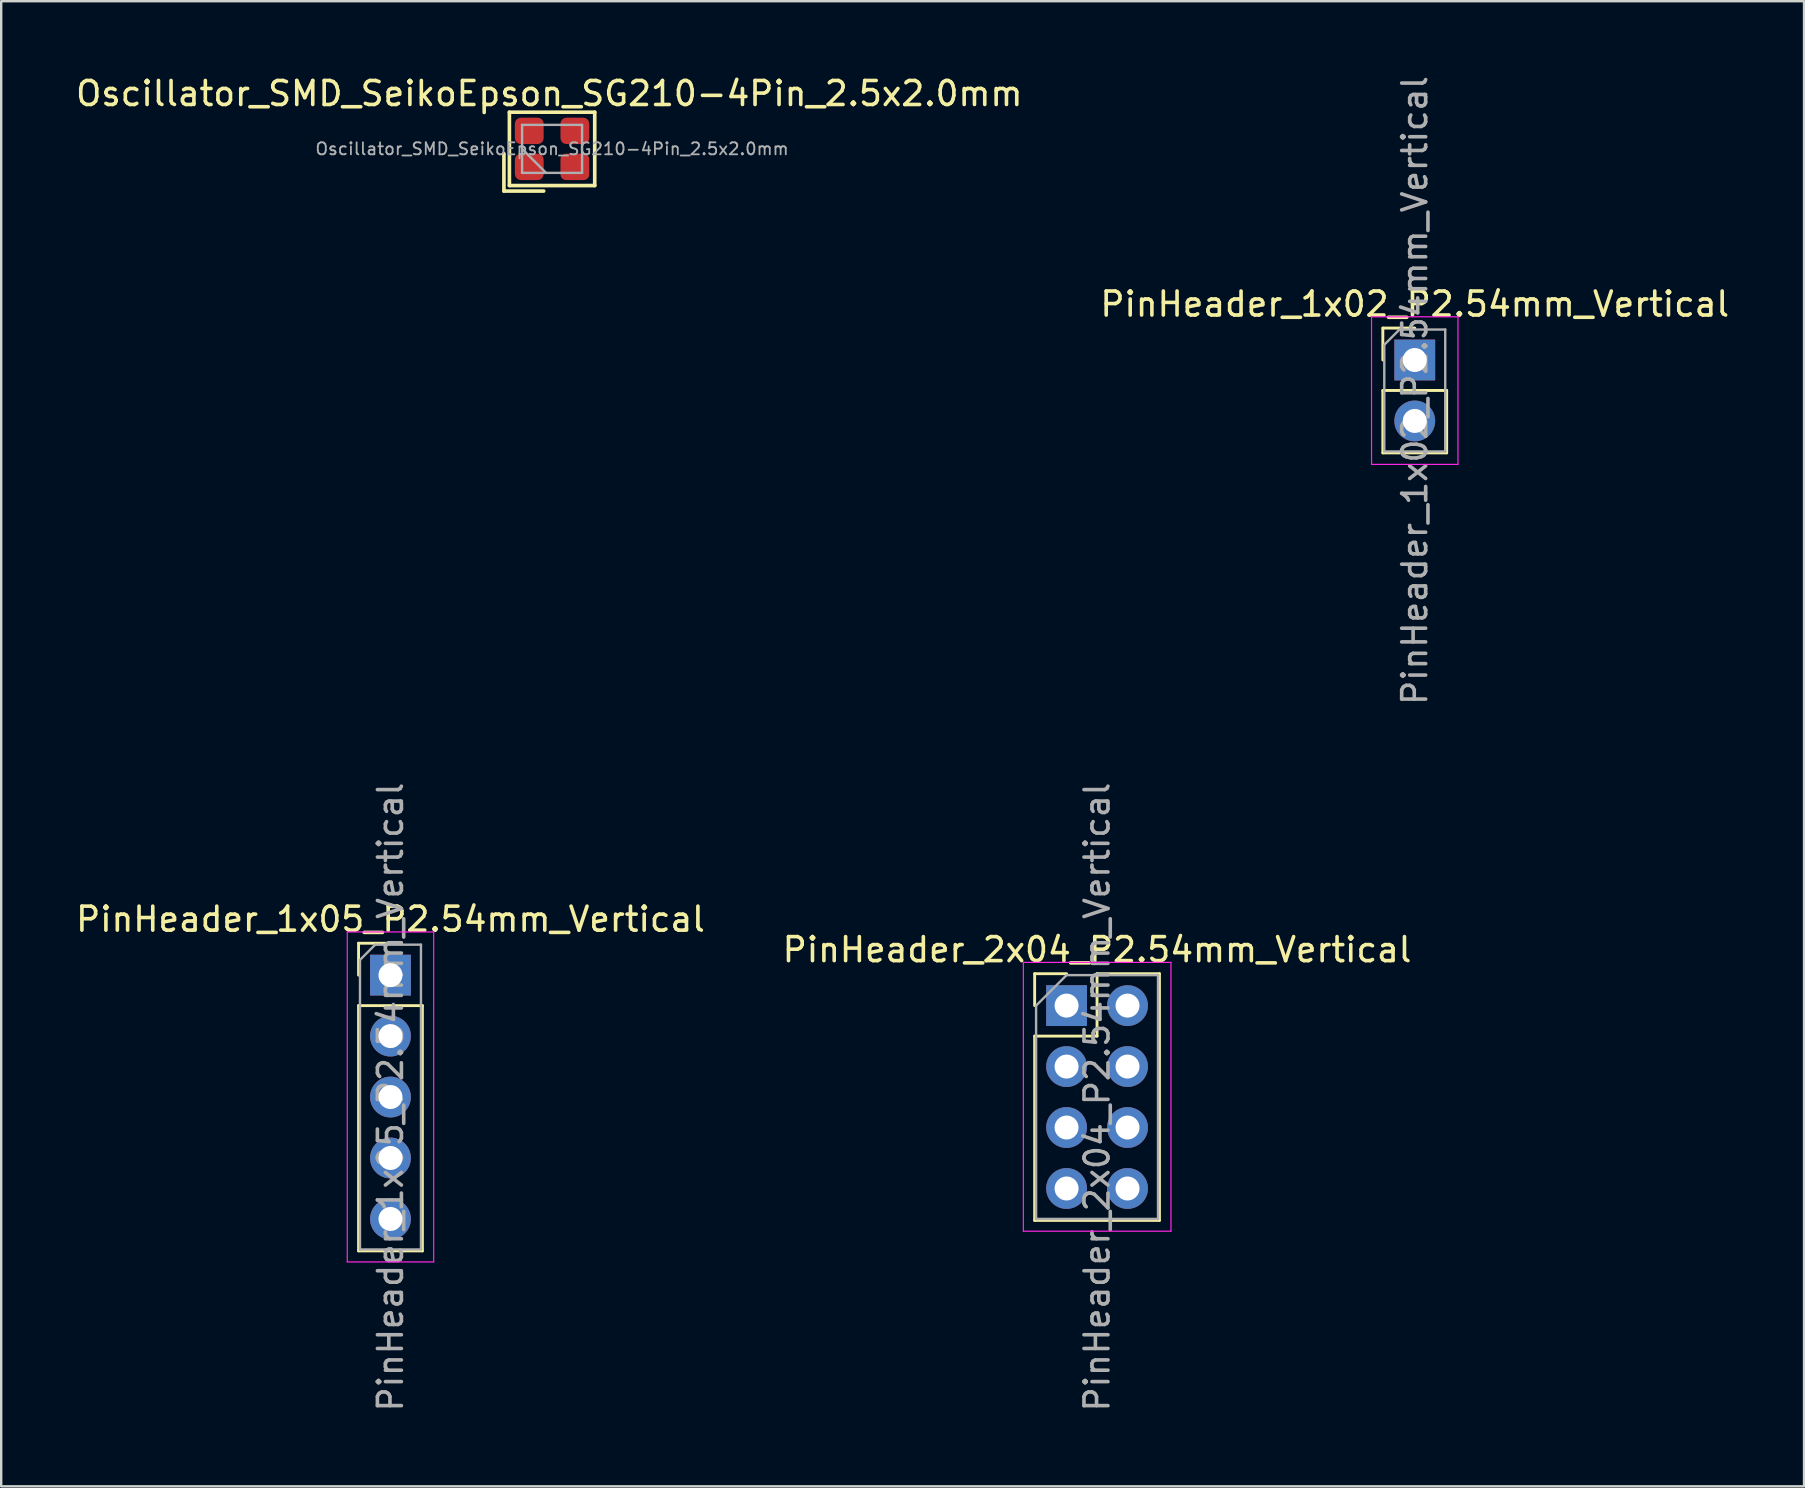
<source format=kicad_pcb>
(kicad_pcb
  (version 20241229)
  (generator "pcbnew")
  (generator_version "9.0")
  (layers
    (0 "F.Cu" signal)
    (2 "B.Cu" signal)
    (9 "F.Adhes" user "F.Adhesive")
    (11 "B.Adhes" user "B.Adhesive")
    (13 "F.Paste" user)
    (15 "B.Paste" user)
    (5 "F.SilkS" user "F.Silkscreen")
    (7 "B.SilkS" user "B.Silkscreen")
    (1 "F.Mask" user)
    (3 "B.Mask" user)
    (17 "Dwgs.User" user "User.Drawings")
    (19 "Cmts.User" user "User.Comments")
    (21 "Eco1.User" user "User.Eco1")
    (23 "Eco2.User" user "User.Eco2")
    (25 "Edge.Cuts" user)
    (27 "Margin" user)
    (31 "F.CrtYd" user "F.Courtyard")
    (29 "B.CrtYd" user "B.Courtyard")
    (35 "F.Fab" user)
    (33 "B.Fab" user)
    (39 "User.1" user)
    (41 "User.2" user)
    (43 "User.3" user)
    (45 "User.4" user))
  (footprint "Oscillator_SMD_SeikoEpson_SG210-4Pin_2.5x2.0mm"
    (layer "F.Cu")
    (at 19.953 3.153)
    (property "Reference" "Oscillator_SMD_SeikoEpson_SG210-4Pin_2.5x2.0mm" (at -0.114 -2.305 0) (layer "F.SilkS") (effects (font (size 1 1) (thickness 0.15))))
    (fp_line (start -2.006 0.201) (end -2.006 1.758) (stroke (width 0.152) (type default)) (layer "F.SilkS"))
    (fp_line (start -2.006 1.758) (end -0.35 1.758) (stroke (width 0.152) (type default)) (layer "F.SilkS"))
    (fp_line (start -1.778 -1.528) (end 1.778 -1.528) (stroke (width 0.152) (type default)) (layer "F.SilkS"))
    (fp_line (start -1.778 1.528) (end -1.778 -1.528) (stroke (width 0.152) (type default)) (layer "F.SilkS"))
    (fp_line (start 1.778 -1.528) (end 1.778 1.528) (stroke (width 0.152) (type default)) (layer "F.SilkS"))
    (fp_line (start 1.778 1.528) (end -1.778 1.528) (stroke (width 0.152) (type default)) (layer "F.SilkS"))
    (fp_line (start -1.25 -1) (end -1.25 1) (stroke (width 0.1) (type solid)) (layer "F.Fab"))
    (fp_line (start -1.25 1) (end 1.25 1) (stroke (width 0.1) (type solid)) (layer "F.Fab"))
    (fp_line (start -1.25 0) (end -0.25 1) (stroke (width 0.1) (type solid)) (layer "F.Fab"))
    (fp_line (start 1.25 -1) (end -1.25 -1) (stroke (width 0.1) (type solid)) (layer "F.Fab"))
    (fp_line (start 1.25 1) (end 1.25 -1) (stroke (width 0.1) (type solid)) (layer "F.Fab"))
    (fp_poly (pts (xy -1.25 -1) (xy -0.45 -1) (xy -0.45 -0.325) (xy -1.25 -0.325)) (stroke (width 0.1) (type default)) (fill no) (layer "User.1"))
    (fp_poly (pts (xy -0.45 1) (xy -1.25 1) (xy -1.25 0.325) (xy -0.45 0.325)) (stroke (width 0.1) (type default)) (fill no) (layer "User.1"))
    (fp_poly (pts (xy 1.25 -0.325) (xy 0.45 -0.325) (xy 0.45 -1) (xy 1.25 -1)) (stroke (width 0.1) (type default)) (fill no) (layer "User.1"))
    (fp_poly (pts (xy 1.25 1) (xy 0.45 1) (xy 0.45 0.325) (xy 1.25 0.325)) (stroke (width 0.1) (type default)) (fill no) (layer "User.1"))
    (fp_line (start -1.25 -1) (end 1.25 -1) (stroke (width 0.051) (type default)) (layer "User.2"))
    (fp_line (start -1.25 1) (end -1.25 -1) (stroke (width 0.051) (type default)) (layer "User.2"))
    (fp_line (start 1.25 -1) (end 1.25 1) (stroke (width 0.051) (type default)) (layer "User.2"))
    (fp_line (start 1.25 1) (end -1.25 1) (stroke (width 0.051) (type default)) (layer "User.2"))
    (fp_poly (pts (xy -1.19 1) (xy -1.208 0.958) (xy -1.25 0.94) (xy -1.292 0.958) (xy -1.31 1) (xy -1.292 1.042) (xy -1.25 1.06) (xy -1.208 1.042)) (stroke (width 0.1) (type default)) (fill no) (layer "User.3"))
    (fp_text user "${REFERENCE}" (at 0 0 0) (layer "F.Fab") (effects (font (size 0.5 0.5) (thickness 0.075))))
    (pad "1" smd roundrect (at -0.95 0.75) (size 1.2 1.1) (layers "F.Cu" "F.Mask" "F.Paste") (roundrect_rratio 0.227))
    (pad "2" smd roundrect (at 0.95 0.75) (size 1.2 1.1) (layers "F.Cu" "F.Mask" "F.Paste") (roundrect_rratio 0.208))
    (pad "3" smd roundrect (at 0.95 -0.75) (size 1.2 1.1) (layers "F.Cu" "F.Mask" "F.Paste") (roundrect_rratio 0.227))
    (pad "4" smd roundrect (at -0.95 -0.75) (size 1.2 1.1) (layers "F.Cu" "F.Mask" "F.Paste") (roundrect_rratio 0.227)))
  (footprint "PinHeader_1x02_P2.54mm_Vertical"
    (layer "F.Cu")
    (at 55.899 11.95)
    (property "Reference" "PinHeader_1x02_P2.54mm_Vertical" (at 0 -2.33 180) (layer "F.SilkS") (effects (font (size 1 1) (thickness 0.15))))
    (attr through_hole)
    (fp_line (start -1.33 -1.33) (end 0 -1.33) (stroke (width 0.12) (type solid)) (layer "F.SilkS"))
    (fp_line (start -1.33 0) (end -1.33 -1.33) (stroke (width 0.12) (type solid)) (layer "F.SilkS"))
    (fp_line (start -1.33 1.27) (end -1.33 3.87) (stroke (width 0.12) (type solid)) (layer "F.SilkS"))
    (fp_line (start -1.33 1.27) (end 1.33 1.27) (stroke (width 0.12) (type solid)) (layer "F.SilkS"))
    (fp_line (start -1.33 3.87) (end 1.33 3.87) (stroke (width 0.12) (type solid)) (layer "F.SilkS"))
    (fp_line (start 1.33 1.27) (end 1.33 3.87) (stroke (width 0.12) (type solid)) (layer "F.SilkS"))
    (fp_line (start -1.8 -1.8) (end -1.8 4.35) (stroke (width 0.05) (type solid)) (layer "F.CrtYd"))
    (fp_line (start -1.8 4.35) (end 1.8 4.35) (stroke (width 0.05) (type solid)) (layer "F.CrtYd"))
    (fp_line (start 1.8 -1.8) (end -1.8 -1.8) (stroke (width 0.05) (type solid)) (layer "F.CrtYd"))
    (fp_line (start 1.8 4.35) (end 1.8 -1.8) (stroke (width 0.05) (type solid)) (layer "F.CrtYd"))
    (fp_line (start -1.27 -0.635) (end -0.635 -1.27) (stroke (width 0.1) (type solid)) (layer "F.Fab"))
    (fp_line (start -1.27 3.81) (end -1.27 -0.635) (stroke (width 0.1) (type solid)) (layer "F.Fab"))
    (fp_line (start -0.635 -1.27) (end 1.27 -1.27) (stroke (width 0.1) (type solid)) (layer "F.Fab"))
    (fp_line (start 1.27 -1.27) (end 1.27 3.81) (stroke (width 0.1) (type solid)) (layer "F.Fab"))
    (fp_line (start 1.27 3.81) (end -1.27 3.81) (stroke (width 0.1) (type solid)) (layer "F.Fab"))
    (fp_text user "${REFERENCE}" (at 0 1.27 90) (layer "F.Fab") (effects (font (size 1 1) (thickness 0.15))))
    (pad "1" thru_hole rect (at 0 0) (size 1.7 1.7) (drill 1) (layers "*.Cu" "*.Mask"))
    (pad "2" thru_hole oval (at 0 2.54) (size 1.7 1.7) (drill 1) (layers "*.Cu" "*.Mask")))
  (footprint "PinHeader_2x04_P2.54mm_Vertical"
    (layer "F.Cu")
    (at 41.391 38.851)
    (property "Reference" "PinHeader_2x04_P2.54mm_Vertical" (at 1.27 -2.33 0) (layer "F.SilkS") (effects (font (size 1 1) (thickness 0.15))))
    (attr through_hole)
    (fp_line (start -1.33 -1.33) (end 0 -1.33) (stroke (width 0.12) (type solid)) (layer "F.SilkS"))
    (fp_line (start -1.33 0) (end -1.33 -1.33) (stroke (width 0.12) (type solid)) (layer "F.SilkS"))
    (fp_line (start -1.33 1.27) (end -1.33 8.95) (stroke (width 0.12) (type solid)) (layer "F.SilkS"))
    (fp_line (start -1.33 1.27) (end 1.27 1.27) (stroke (width 0.12) (type solid)) (layer "F.SilkS"))
    (fp_line (start -1.33 8.95) (end 3.87 8.95) (stroke (width 0.12) (type solid)) (layer "F.SilkS"))
    (fp_line (start 1.27 -1.33) (end 3.87 -1.33) (stroke (width 0.12) (type solid)) (layer "F.SilkS"))
    (fp_line (start 1.27 1.27) (end 1.27 -1.33) (stroke (width 0.12) (type solid)) (layer "F.SilkS"))
    (fp_line (start 3.87 -1.33) (end 3.87 8.95) (stroke (width 0.12) (type solid)) (layer "F.SilkS"))
    (fp_line (start -1.8 -1.8) (end -1.8 9.4) (stroke (width 0.05) (type solid)) (layer "F.CrtYd"))
    (fp_line (start -1.8 9.4) (end 4.35 9.4) (stroke (width 0.05) (type solid)) (layer "F.CrtYd"))
    (fp_line (start 4.35 -1.8) (end -1.8 -1.8) (stroke (width 0.05) (type solid)) (layer "F.CrtYd"))
    (fp_line (start 4.35 9.4) (end 4.35 -1.8) (stroke (width 0.05) (type solid)) (layer "F.CrtYd"))
    (fp_line (start -1.27 0) (end 0 -1.27) (stroke (width 0.1) (type solid)) (layer "F.Fab"))
    (fp_line (start -1.27 8.89) (end -1.27 0) (stroke (width 0.1) (type solid)) (layer "F.Fab"))
    (fp_line (start 0 -1.27) (end 3.81 -1.27) (stroke (width 0.1) (type solid)) (layer "F.Fab"))
    (fp_line (start 3.81 -1.27) (end 3.81 8.89) (stroke (width 0.1) (type solid)) (layer "F.Fab"))
    (fp_line (start 3.81 8.89) (end -1.27 8.89) (stroke (width 0.1) (type solid)) (layer "F.Fab"))
    (fp_text user "${REFERENCE}" (at 1.27 3.81 90) (layer "F.Fab") (effects (font (size 1 1) (thickness 0.15))))
    (pad "1" thru_hole rect (at 0 0) (size 1.7 1.7) (drill 1) (layers "*.Cu" "*.Mask"))
    (pad "2" thru_hole oval (at 2.54 0) (size 1.7 1.7) (drill 1) (layers "*.Cu" "*.Mask"))
    (pad "3" thru_hole oval (at 0 2.54) (size 1.7 1.7) (drill 1) (layers "*.Cu" "*.Mask"))
    (pad "4" thru_hole oval (at 2.54 2.54) (size 1.7 1.7) (drill 1) (layers "*.Cu" "*.Mask"))
    (pad "5" thru_hole oval (at 0 5.08) (size 1.7 1.7) (drill 1) (layers "*.Cu" "*.Mask"))
    (pad "6" thru_hole oval (at 2.54 5.08) (size 1.7 1.7) (drill 1) (layers "*.Cu" "*.Mask"))
    (pad "7" thru_hole oval (at 0 7.62) (size 1.7 1.7) (drill 1) (layers "*.Cu" "*.Mask"))
    (pad "8" thru_hole oval (at 2.54 7.62) (size 1.7 1.7) (drill 1) (layers "*.Cu" "*.Mask")))
  (footprint "PinHeader_1x05_P2.54mm_Vertical"
    (layer "F.Cu")
    (at 13.22 37.581)
    (property "Reference" "PinHeader_1x05_P2.54mm_Vertical" (at 0 -2.33 0) (layer "F.SilkS") (effects (font (size 1 1) (thickness 0.15))))
    (attr through_hole)
    (fp_line (start -1.33 -1.33) (end 0 -1.33) (stroke (width 0.12) (type solid)) (layer "F.SilkS"))
    (fp_line (start -1.33 0) (end -1.33 -1.33) (stroke (width 0.12) (type solid)) (layer "F.SilkS"))
    (fp_line (start -1.33 1.27) (end -1.33 11.49) (stroke (width 0.12) (type solid)) (layer "F.SilkS"))
    (fp_line (start -1.33 1.27) (end 1.33 1.27) (stroke (width 0.12) (type solid)) (layer "F.SilkS"))
    (fp_line (start -1.33 11.49) (end 1.33 11.49) (stroke (width 0.12) (type solid)) (layer "F.SilkS"))
    (fp_line (start 1.33 1.27) (end 1.33 11.49) (stroke (width 0.12) (type solid)) (layer "F.SilkS"))
    (fp_line (start -1.8 -1.8) (end -1.8 11.95) (stroke (width 0.05) (type solid)) (layer "F.CrtYd"))
    (fp_line (start -1.8 11.95) (end 1.8 11.95) (stroke (width 0.05) (type solid)) (layer "F.CrtYd"))
    (fp_line (start 1.8 -1.8) (end -1.8 -1.8) (stroke (width 0.05) (type solid)) (layer "F.CrtYd"))
    (fp_line (start 1.8 11.95) (end 1.8 -1.8) (stroke (width 0.05) (type solid)) (layer "F.CrtYd"))
    (fp_line (start -1.27 -0.635) (end -0.635 -1.27) (stroke (width 0.1) (type solid)) (layer "F.Fab"))
    (fp_line (start -1.27 11.43) (end -1.27 -0.635) (stroke (width 0.1) (type solid)) (layer "F.Fab"))
    (fp_line (start -0.635 -1.27) (end 1.27 -1.27) (stroke (width 0.1) (type solid)) (layer "F.Fab"))
    (fp_line (start 1.27 -1.27) (end 1.27 11.43) (stroke (width 0.1) (type solid)) (layer "F.Fab"))
    (fp_line (start 1.27 11.43) (end -1.27 11.43) (stroke (width 0.1) (type solid)) (layer "F.Fab"))
    (fp_text user "${REFERENCE}" (at 0 5.08 90) (layer "F.Fab") (effects (font (size 1 1) (thickness 0.15))))
    (pad "1" thru_hole rect (at 0 0) (size 1.7 1.7) (drill 1) (layers "*.Cu" "*.Mask"))
    (pad "2" thru_hole oval (at 0 2.54) (size 1.7 1.7) (drill 1) (layers "*.Cu" "*.Mask"))
    (pad "3" thru_hole oval (at 0 5.08) (size 1.7 1.7) (drill 1) (layers "*.Cu" "*.Mask"))
    (pad "4" thru_hole oval (at 0 7.62) (size 1.7 1.7) (drill 1) (layers "*.Cu" "*.Mask"))
    (pad "5" thru_hole oval (at 0 10.16) (size 1.7 1.7) (drill 1) (layers "*.Cu" "*.Mask")))
  (gr_rect
    (start -3 -3)
    (end 72.119 58.881)
    (stroke (width 0.1) (type default))
    (fill no)
    (layer "Edge.Cuts")))
</source>
